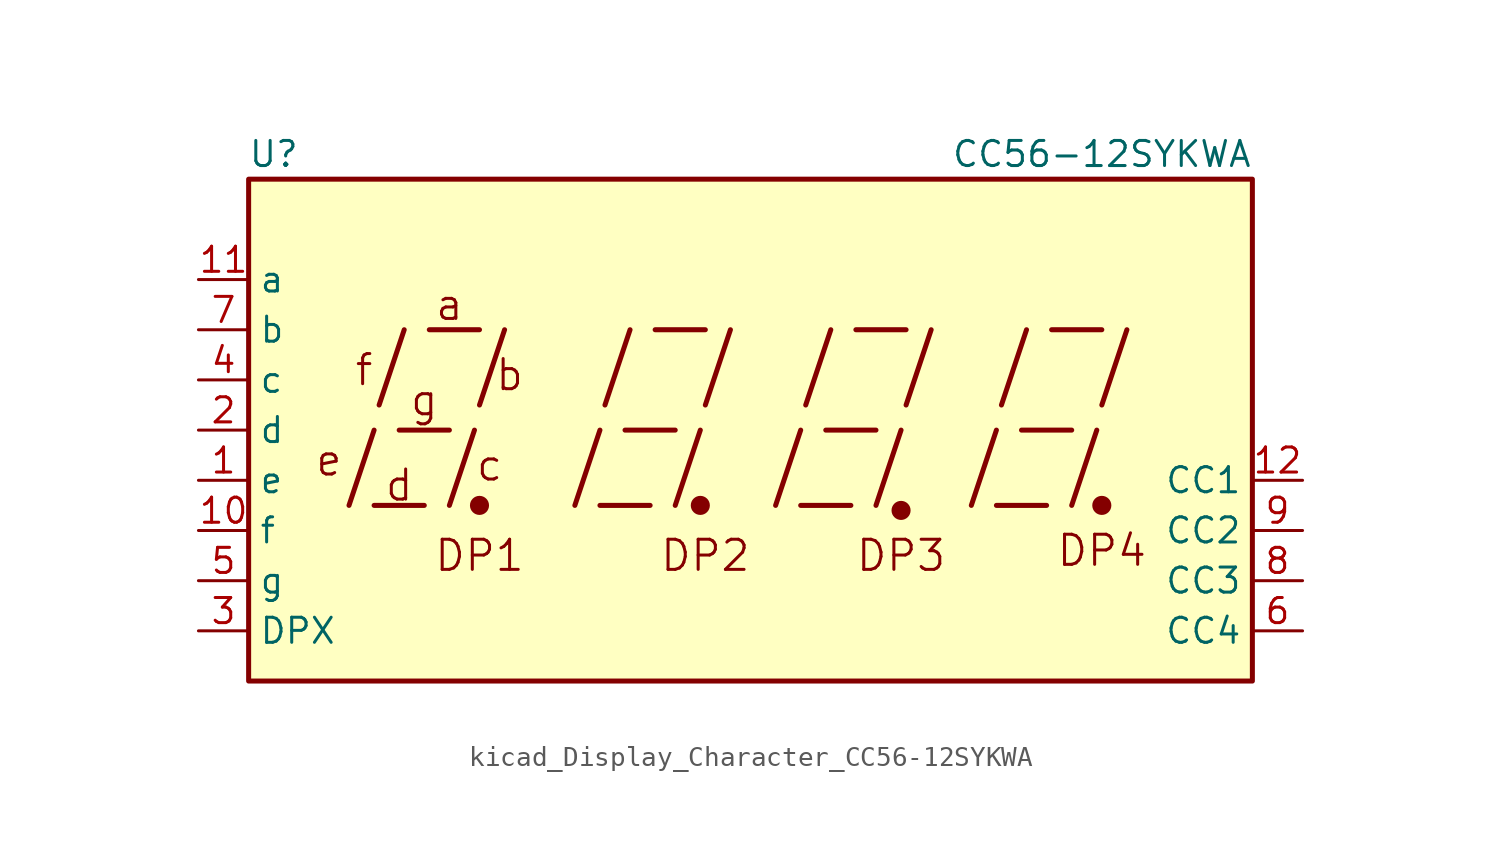
<source format=kicad_sym>
(kicad_symbol_lib
  (version 20220914)
  (generator kicad_symbol_editor)
  (symbol "kicad_Display_Character_CC56-12SYKWA"
    (property "Reference" "U"
      (at -24.13 13.97 0)
      (effects (font (size 1.27 1.27))))
    (property "Value" "CC56-12SYKWA"
      (at 17.78 13.97 0)
      (effects (font (size 1.27 1.27))))
    (symbol "kicad_Display_Character_CC56-12SYKWA_0_0"
      (rectangle (start -25.4 12.7) (end 25.4 -12.7) (stroke (width 0.254) (type default)) (fill (type background)))
      (polyline (pts (xy -20.32 -3.81) (xy -19.05 0)) (stroke (width 0.254) (type default)) (fill (type none)))
      (polyline (pts (xy -19.05 -3.81) (xy -16.51 -3.81)) (stroke (width 0.254) (type default)) (fill (type none)))
      (polyline (pts (xy -18.796 1.27) (xy -17.526 5.08)) (stroke (width 0.254) (type default)) (fill (type none)))
      (polyline (pts (xy -17.78 0) (xy -15.24 0)) (stroke (width 0.254) (type default)) (fill (type none)))
      (polyline (pts (xy -16.256 5.08) (xy -13.716 5.08)) (stroke (width 0.254) (type default)) (fill (type none)))
      (polyline (pts (xy -15.24 -3.81) (xy -13.97 0)) (stroke (width 0.254) (type default)) (fill (type none)))
      (polyline (pts (xy -13.716 1.27) (xy -12.446 5.08)) (stroke (width 0.254) (type default)) (fill (type none)))
      (polyline (pts (xy -8.89 -3.81) (xy -7.62 0)) (stroke (width 0.254) (type default)) (fill (type none)))
      (polyline (pts (xy -7.62 -3.81) (xy -5.08 -3.81)) (stroke (width 0.254) (type default)) (fill (type none)))
      (polyline (pts (xy -7.366 1.27) (xy -6.096 5.08)) (stroke (width 0.254) (type default)) (fill (type none)))
      (polyline (pts (xy -6.35 0) (xy -3.81 0)) (stroke (width 0.254) (type default)) (fill (type none)))
      (polyline (pts (xy -4.826 5.08) (xy -2.286 5.08)) (stroke (width 0.254) (type default)) (fill (type none)))
      (polyline (pts (xy -3.81 -3.81) (xy -2.54 0)) (stroke (width 0.254) (type default)) (fill (type none)))
      (polyline (pts (xy -2.286 1.27) (xy -1.016 5.08)) (stroke (width 0.254) (type default)) (fill (type none)))
      (polyline (pts (xy 1.27 -3.81) (xy 2.54 0)) (stroke (width 0.254) (type default)) (fill (type none)))
      (polyline (pts (xy 2.54 -3.81) (xy 5.08 -3.81)) (stroke (width 0.254) (type default)) (fill (type none)))
      (polyline (pts (xy 2.794 1.27) (xy 4.064 5.08)) (stroke (width 0.254) (type default)) (fill (type none)))
      (polyline (pts (xy 3.81 0) (xy 6.35 0)) (stroke (width 0.254) (type default)) (fill (type none)))
      (polyline (pts (xy 5.334 5.08) (xy 7.874 5.08)) (stroke (width 0.254) (type default)) (fill (type none)))
      (polyline (pts (xy 6.35 -3.81) (xy 7.62 0)) (stroke (width 0.254) (type default)) (fill (type none)))
      (polyline (pts (xy 7.874 1.27) (xy 9.144 5.08)) (stroke (width 0.254) (type default)) (fill (type none)))
      (polyline (pts (xy 11.176 -3.81) (xy 12.446 0)) (stroke (width 0.254) (type default)) (fill (type none)))
      (polyline (pts (xy 12.446 -3.81) (xy 14.986 -3.81)) (stroke (width 0.254) (type default)) (fill (type none)))
      (polyline (pts (xy 12.7 1.27) (xy 13.97 5.08)) (stroke (width 0.254) (type default)) (fill (type none)))
      (polyline (pts (xy 13.716 0) (xy 16.256 0)) (stroke (width 0.254) (type default)) (fill (type none)))
      (polyline (pts (xy 15.24 5.08) (xy 17.78 5.08)) (stroke (width 0.254) (type default)) (fill (type none)))
      (polyline (pts (xy 16.256 -3.81) (xy 17.526 0)) (stroke (width 0.254) (type default)) (fill (type none)))
      (polyline (pts (xy 17.78 1.27) (xy 19.05 5.08)) (stroke (width 0.254) (type default)) (fill (type none)))
      (text "a" (at -15.24 6.35 0) (effects (font (size 1.524 1.524))))
      (text "b" (at -12.192 2.794 0) (effects (font (size 1.524 1.524))))
      (text "c" (at -13.208 -1.778 0) (effects (font (size 1.524 1.524))))
      (text "d" (at -17.78 -2.794 0) (effects (font (size 1.524 1.524))))
      (text "DP1" (at -13.716 -6.35 0) (effects (font (size 1.524 1.524))))
      (text "DP2" (at -2.286 -6.35 0) (effects (font (size 1.524 1.524))))
      (text "DP3" (at 7.62 -6.35 0) (effects (font (size 1.524 1.524))))
      (text "DP4" (at 17.78 -6.096 0) (effects (font (size 1.524 1.524))))
      (text "e" (at -21.336 -1.524 0) (effects (font (size 1.524 1.524))))
      (text "f" (at -19.558 3.048 0) (effects (font (size 1.524 1.524))))
      (text "g" (at -16.51 1.524 0) (effects (font (size 1.524 1.524)))))
    (symbol "kicad_Display_Character_CC56-12SYKWA_0_1"
      (circle (center -13.716 -3.81) (radius 0.356) (stroke (width 0.254) (type default)) (fill (type outline)))
      (circle (center -2.54 -3.81) (radius 0.356) (stroke (width 0.254) (type default)) (fill (type outline))))
    (symbol "kicad_Display_Character_CC56-12SYKWA_1_0"
      (circle (center 7.62 -4.064) (radius 0.356) (stroke (width 0.254) (type default)) (fill (type outline)))
      (circle (center 17.78 -3.81) (radius 0.356) (stroke (width 0.254) (type default)) (fill (type outline))))
    (symbol "kicad_Display_Character_CC56-12SYKWA_1_1"
      (pin input line (at -27.94 -2.54 0) (length 2.54) (name "e" (effects (font (size 1.27 1.27)))) (number "1" (effects (font (size 1.27 1.27)))))
      (pin input line (at -27.94 -5.08 0) (length 2.54) (name "f" (effects (font (size 1.27 1.27)))) (number "10" (effects (font (size 1.27 1.27)))))
      (pin input line (at -27.94 7.62 0) (length 2.54) (name "a" (effects (font (size 1.27 1.27)))) (number "11" (effects (font (size 1.27 1.27)))))
      (pin input line (at 27.94 -2.54 180) (length 2.54) (name "CC1" (effects (font (size 1.27 1.27)))) (number "12" (effects (font (size 1.27 1.27)))))
      (pin input line (at -27.94 0 0) (length 2.54) (name "d" (effects (font (size 1.27 1.27)))) (number "2" (effects (font (size 1.27 1.27)))))
      (pin input line (at -27.94 -10.16 0) (length 2.54) (name "DPX" (effects (font (size 1.27 1.27)))) (number "3" (effects (font (size 1.27 1.27)))))
      (pin input line (at -27.94 2.54 0) (length 2.54) (name "c" (effects (font (size 1.27 1.27)))) (number "4" (effects (font (size 1.27 1.27)))))
      (pin input line (at -27.94 -7.62 0) (length 2.54) (name "g" (effects (font (size 1.27 1.27)))) (number "5" (effects (font (size 1.27 1.27)))))
      (pin input line (at 27.94 -10.16 180) (length 2.54) (name "CC4" (effects (font (size 1.27 1.27)))) (number "6" (effects (font (size 1.27 1.27)))))
      (pin input line (at -27.94 5.08 0) (length 2.54) (name "b" (effects (font (size 1.27 1.27)))) (number "7" (effects (font (size 1.27 1.27)))))
      (pin input line (at 27.94 -7.62 180) (length 2.54) (name "CC3" (effects (font (size 1.27 1.27)))) (number "8" (effects (font (size 1.27 1.27)))))
      (pin input line (at 27.94 -5.08 180) (length 2.54) (name "CC2" (effects (font (size 1.27 1.27)))) (number "9" (effects (font (size 1.27 1.27))))))))
</source>
